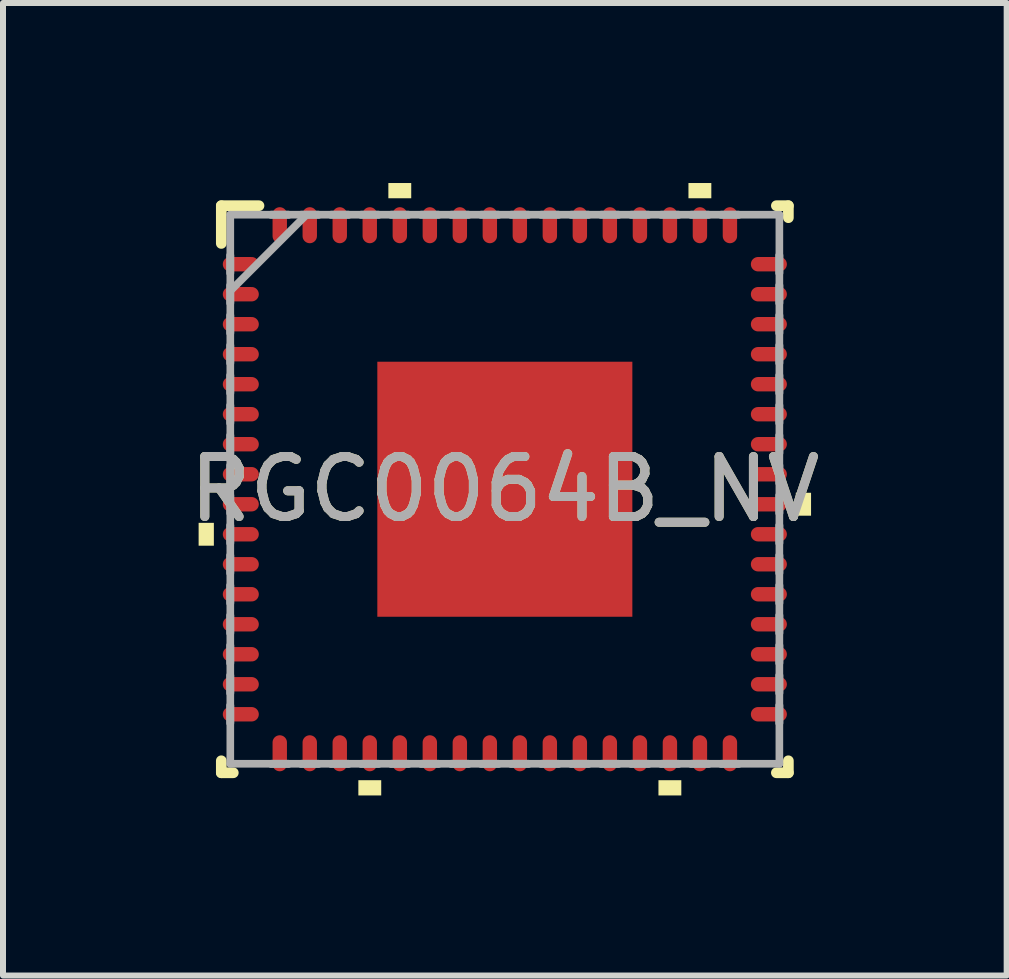
<source format=kicad_pcb>
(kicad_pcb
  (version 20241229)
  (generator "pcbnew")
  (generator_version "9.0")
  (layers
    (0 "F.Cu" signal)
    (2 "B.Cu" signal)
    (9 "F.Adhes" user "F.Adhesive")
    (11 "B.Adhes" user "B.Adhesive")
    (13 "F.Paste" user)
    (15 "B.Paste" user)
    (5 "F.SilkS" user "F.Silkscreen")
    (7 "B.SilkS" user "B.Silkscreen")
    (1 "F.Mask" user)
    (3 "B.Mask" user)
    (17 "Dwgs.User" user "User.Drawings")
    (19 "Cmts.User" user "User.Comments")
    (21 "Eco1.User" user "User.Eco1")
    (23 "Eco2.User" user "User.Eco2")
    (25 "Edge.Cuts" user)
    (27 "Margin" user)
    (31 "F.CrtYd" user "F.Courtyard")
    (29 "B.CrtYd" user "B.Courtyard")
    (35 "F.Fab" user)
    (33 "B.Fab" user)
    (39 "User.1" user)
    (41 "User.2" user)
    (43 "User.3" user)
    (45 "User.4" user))
  (footprint "RGC0064B_NV"
    (layer "F.Cu")
    (at 5.363 5.103)
    (property "Reference" "RGC0064B_NV" (at 0 0 0) (unlocked yes) (layer "F.SilkS") (effects (font (size 1 1) (thickness 0.15))))
    (attr smd)
    (fp_line (start -4.725 -4.725) (end -4.097 -4.725) (stroke (width 0.178) (type solid)) (layer "F.SilkS"))
    (fp_line (start -4.725 -4.096) (end -4.725 -4.725) (stroke (width 0.178) (type solid)) (layer "F.SilkS"))
    (fp_line (start -4.725 4.725) (end -4.725 4.525) (stroke (width 0.178) (type solid)) (layer "F.SilkS"))
    (fp_line (start -4.725 4.725) (end -4.525 4.725) (stroke (width 0.178) (type solid)) (layer "F.SilkS"))
    (fp_line (start 4.525 -4.725) (end 4.725 -4.725) (stroke (width 0.178) (type solid)) (layer "F.SilkS"))
    (fp_line (start 4.525 4.725) (end 4.725 4.725) (stroke (width 0.178) (type solid)) (layer "F.SilkS"))
    (fp_line (start 4.725 -4.525) (end 4.725 -4.725) (stroke (width 0.178) (type solid)) (layer "F.SilkS"))
    (fp_line (start 4.725 4.725) (end 4.725 4.525) (stroke (width 0.178) (type solid)) (layer "F.SilkS"))
    (fp_poly (pts (xy -4.849 0.56) (xy -5.103 0.56) (xy -5.103 0.941) (xy -4.849 0.941)) (stroke (width 0) (type solid)) (fill yes) (layer "F.SilkS"))
    (fp_poly (pts (xy -2.06 4.849) (xy -2.441 4.849) (xy -2.441 5.103) (xy -2.06 5.103)) (stroke (width 0) (type solid)) (fill yes) (layer "F.SilkS"))
    (fp_poly (pts (xy -1.56 -4.849) (xy -1.941 -4.849) (xy -1.941 -5.103) (xy -1.56 -5.103)) (stroke (width 0) (type solid)) (fill yes) (layer "F.SilkS"))
    (fp_poly (pts (xy 2.941 4.849) (xy 2.56 4.849) (xy 2.56 5.103) (xy 2.941 5.103)) (stroke (width 0) (type solid)) (fill yes) (layer "F.SilkS"))
    (fp_poly (pts (xy 3.441 -4.849) (xy 3.06 -4.849) (xy 3.06 -5.103) (xy 3.441 -5.103)) (stroke (width 0) (type solid)) (fill yes) (layer "F.SilkS"))
    (fp_poly (pts (xy 4.849 0.059) (xy 5.103 0.059) (xy 5.103 0.441) (xy 4.849 0.441)) (stroke (width 0) (type solid)) (fill yes) (layer "F.SilkS"))
    (fp_poly (pts (xy -0.1 -1.888) (xy -1.888 -1.888) (xy -1.888 -0.1) (xy -0.1 -0.1)) (stroke (width 0) (type solid)) (fill yes) (layer "F.Paste"))
    (fp_poly (pts (xy -0.1 0.1) (xy -1.888 0.1) (xy -1.888 1.888) (xy -0.1 1.888)) (stroke (width 0) (type solid)) (fill yes) (layer "F.Paste"))
    (fp_poly (pts (xy 0.1 -0.1) (xy 1.888 -0.1) (xy 1.888 -1.888) (xy 0.1 -1.888)) (stroke (width 0) (type solid)) (fill yes) (layer "F.Paste"))
    (fp_poly (pts (xy 0.1 1.888) (xy 1.888 1.888) (xy 1.888 0.1) (xy 0.1 0.1)) (stroke (width 0) (type solid)) (fill yes) (layer "F.Paste"))
    (fp_line (start -4.575 -4.575) (end 4.575 -4.575) (stroke (width 0.127) (type solid)) (layer "F.Fab"))
    (fp_line (start -4.575 -3.6) (end -4.575 -3.9) (stroke (width 0.127) (type solid)) (layer "F.Fab"))
    (fp_line (start -4.575 -3.6) (end -4.575 -3.9) (stroke (width 0.127) (type solid)) (layer "F.Fab"))
    (fp_line (start -4.575 -3.305) (end -3.305 -4.575) (stroke (width 0.127) (type solid)) (layer "F.Fab"))
    (fp_line (start -4.575 -3.1) (end -4.575 -3.4) (stroke (width 0.127) (type solid)) (layer "F.Fab"))
    (fp_line (start -4.575 -3.1) (end -4.575 -3.4) (stroke (width 0.127) (type solid)) (layer "F.Fab"))
    (fp_line (start -4.575 -2.6) (end -4.575 -2.9) (stroke (width 0.127) (type solid)) (layer "F.Fab"))
    (fp_line (start -4.575 -2.6) (end -4.575 -2.9) (stroke (width 0.127) (type solid)) (layer "F.Fab"))
    (fp_line (start -4.575 -2.1) (end -4.575 -2.4) (stroke (width 0.127) (type solid)) (layer "F.Fab"))
    (fp_line (start -4.575 -2.1) (end -4.575 -2.4) (stroke (width 0.127) (type solid)) (layer "F.Fab"))
    (fp_line (start -4.575 -1.6) (end -4.575 -1.9) (stroke (width 0.127) (type solid)) (layer "F.Fab"))
    (fp_line (start -4.575 -1.6) (end -4.575 -1.9) (stroke (width 0.127) (type solid)) (layer "F.Fab"))
    (fp_line (start -4.575 -1.1) (end -4.575 -1.4) (stroke (width 0.127) (type solid)) (layer "F.Fab"))
    (fp_line (start -4.575 -1.1) (end -4.575 -1.4) (stroke (width 0.127) (type solid)) (layer "F.Fab"))
    (fp_line (start -4.575 -0.6) (end -4.575 -0.9) (stroke (width 0.127) (type solid)) (layer "F.Fab"))
    (fp_line (start -4.575 -0.6) (end -4.575 -0.9) (stroke (width 0.127) (type solid)) (layer "F.Fab"))
    (fp_line (start -4.575 -0.1) (end -4.575 -0.4) (stroke (width 0.127) (type solid)) (layer "F.Fab"))
    (fp_line (start -4.575 -0.1) (end -4.575 -0.4) (stroke (width 0.127) (type solid)) (layer "F.Fab"))
    (fp_line (start -4.575 0.4) (end -4.575 0.1) (stroke (width 0.127) (type solid)) (layer "F.Fab"))
    (fp_line (start -4.575 0.4) (end -4.575 0.1) (stroke (width 0.127) (type solid)) (layer "F.Fab"))
    (fp_line (start -4.575 0.9) (end -4.575 0.6) (stroke (width 0.127) (type solid)) (layer "F.Fab"))
    (fp_line (start -4.575 0.9) (end -4.575 0.6) (stroke (width 0.127) (type solid)) (layer "F.Fab"))
    (fp_line (start -4.575 1.4) (end -4.575 1.1) (stroke (width 0.127) (type solid)) (layer "F.Fab"))
    (fp_line (start -4.575 1.4) (end -4.575 1.1) (stroke (width 0.127) (type solid)) (layer "F.Fab"))
    (fp_line (start -4.575 1.9) (end -4.575 1.6) (stroke (width 0.127) (type solid)) (layer "F.Fab"))
    (fp_line (start -4.575 1.9) (end -4.575 1.6) (stroke (width 0.127) (type solid)) (layer "F.Fab"))
    (fp_line (start -4.575 2.4) (end -4.575 2.1) (stroke (width 0.127) (type solid)) (layer "F.Fab"))
    (fp_line (start -4.575 2.4) (end -4.575 2.1) (stroke (width 0.127) (type solid)) (layer "F.Fab"))
    (fp_line (start -4.575 2.9) (end -4.575 2.6) (stroke (width 0.127) (type solid)) (layer "F.Fab"))
    (fp_line (start -4.575 2.9) (end -4.575 2.6) (stroke (width 0.127) (type solid)) (layer "F.Fab"))
    (fp_line (start -4.575 3.4) (end -4.575 3.1) (stroke (width 0.127) (type solid)) (layer "F.Fab"))
    (fp_line (start -4.575 3.4) (end -4.575 3.1) (stroke (width 0.127) (type solid)) (layer "F.Fab"))
    (fp_line (start -4.575 3.9) (end -4.575 3.6) (stroke (width 0.127) (type solid)) (layer "F.Fab"))
    (fp_line (start -4.575 3.9) (end -4.575 3.6) (stroke (width 0.127) (type solid)) (layer "F.Fab"))
    (fp_line (start -4.575 4.575) (end -4.575 -4.575) (stroke (width 0.127) (type solid)) (layer "F.Fab"))
    (fp_line (start -4.575 4.575) (end 4.575 4.575) (stroke (width 0.127) (type solid)) (layer "F.Fab"))
    (fp_line (start -3.9 -4.575) (end -3.6 -4.575) (stroke (width 0.127) (type solid)) (layer "F.Fab"))
    (fp_line (start -3.9 -4.575) (end -3.6 -4.575) (stroke (width 0.127) (type solid)) (layer "F.Fab"))
    (fp_line (start -3.9 4.575) (end -3.6 4.575) (stroke (width 0.127) (type solid)) (layer "F.Fab"))
    (fp_line (start -3.9 4.575) (end -3.6 4.575) (stroke (width 0.127) (type solid)) (layer "F.Fab"))
    (fp_line (start -3.4 -4.575) (end -3.1 -4.575) (stroke (width 0.127) (type solid)) (layer "F.Fab"))
    (fp_line (start -3.4 -4.575) (end -3.1 -4.575) (stroke (width 0.127) (type solid)) (layer "F.Fab"))
    (fp_line (start -3.4 4.575) (end -3.1 4.575) (stroke (width 0.127) (type solid)) (layer "F.Fab"))
    (fp_line (start -3.4 4.575) (end -3.1 4.575) (stroke (width 0.127) (type solid)) (layer "F.Fab"))
    (fp_line (start -2.9 -4.575) (end -2.6 -4.575) (stroke (width 0.127) (type solid)) (layer "F.Fab"))
    (fp_line (start -2.9 -4.575) (end -2.6 -4.575) (stroke (width 0.127) (type solid)) (layer "F.Fab"))
    (fp_line (start -2.9 4.575) (end -2.6 4.575) (stroke (width 0.127) (type solid)) (layer "F.Fab"))
    (fp_line (start -2.9 4.575) (end -2.6 4.575) (stroke (width 0.127) (type solid)) (layer "F.Fab"))
    (fp_line (start -2.4 -4.575) (end -2.1 -4.575) (stroke (width 0.127) (type solid)) (layer "F.Fab"))
    (fp_line (start -2.4 -4.575) (end -2.1 -4.575) (stroke (width 0.127) (type solid)) (layer "F.Fab"))
    (fp_line (start -2.4 4.575) (end -2.1 4.575) (stroke (width 0.127) (type solid)) (layer "F.Fab"))
    (fp_line (start -2.4 4.575) (end -2.1 4.575) (stroke (width 0.127) (type solid)) (layer "F.Fab"))
    (fp_line (start -1.9 4.575) (end -1.6 4.575) (stroke (width 0.127) (type solid)) (layer "F.Fab"))
    (fp_line (start -1.9 4.575) (end -1.6 4.575) (stroke (width 0.127) (type solid)) (layer "F.Fab"))
    (fp_line (start -1.9 -4.575) (end -1.6 -4.575) (stroke (width 0.127) (type solid)) (layer "F.Fab"))
    (fp_line (start -1.9 -4.575) (end -1.6 -4.575) (stroke (width 0.127) (type solid)) (layer "F.Fab"))
    (fp_line (start -1.4 -4.575) (end -1.1 -4.575) (stroke (width 0.127) (type solid)) (layer "F.Fab"))
    (fp_line (start -1.4 -4.575) (end -1.1 -4.575) (stroke (width 0.127) (type solid)) (layer "F.Fab"))
    (fp_line (start -1.4 4.575) (end -1.1 4.575) (stroke (width 0.127) (type solid)) (layer "F.Fab"))
    (fp_line (start -1.4 4.575) (end -1.1 4.575) (stroke (width 0.127) (type solid)) (layer "F.Fab"))
    (fp_line (start -0.9 -4.575) (end -0.6 -4.575) (stroke (width 0.127) (type solid)) (layer "F.Fab"))
    (fp_line (start -0.9 -4.575) (end -0.6 -4.575) (stroke (width 0.127) (type solid)) (layer "F.Fab"))
    (fp_line (start -0.9 4.575) (end -0.6 4.575) (stroke (width 0.127) (type solid)) (layer "F.Fab"))
    (fp_line (start -0.9 4.575) (end -0.6 4.575) (stroke (width 0.127) (type solid)) (layer "F.Fab"))
    (fp_line (start -0.4 -4.575) (end -0.1 -4.575) (stroke (width 0.127) (type solid)) (layer "F.Fab"))
    (fp_line (start -0.4 -4.575) (end -0.1 -4.575) (stroke (width 0.127) (type solid)) (layer "F.Fab"))
    (fp_line (start -0.4 4.575) (end -0.1 4.575) (stroke (width 0.127) (type solid)) (layer "F.Fab"))
    (fp_line (start -0.4 4.575) (end -0.1 4.575) (stroke (width 0.127) (type solid)) (layer "F.Fab"))
    (fp_line (start 0.1 -4.575) (end 0.4 -4.575) (stroke (width 0.127) (type solid)) (layer "F.Fab"))
    (fp_line (start 0.1 -4.575) (end 0.4 -4.575) (stroke (width 0.127) (type solid)) (layer "F.Fab"))
    (fp_line (start 0.1 4.575) (end 0.4 4.575) (stroke (width 0.127) (type solid)) (layer "F.Fab"))
    (fp_line (start 0.1 4.575) (end 0.4 4.575) (stroke (width 0.127) (type solid)) (layer "F.Fab"))
    (fp_line (start 0.6 4.575) (end 0.9 4.575) (stroke (width 0.127) (type solid)) (layer "F.Fab"))
    (fp_line (start 0.6 4.575) (end 0.9 4.575) (stroke (width 0.127) (type solid)) (layer "F.Fab"))
    (fp_line (start 0.6 -4.575) (end 0.9 -4.575) (stroke (width 0.127) (type solid)) (layer "F.Fab"))
    (fp_line (start 0.6 -4.575) (end 0.9 -4.575) (stroke (width 0.127) (type solid)) (layer "F.Fab"))
    (fp_line (start 1.1 -4.575) (end 1.4 -4.575) (stroke (width 0.127) (type solid)) (layer "F.Fab"))
    (fp_line (start 1.1 -4.575) (end 1.4 -4.575) (stroke (width 0.127) (type solid)) (layer "F.Fab"))
    (fp_line (start 1.1 4.575) (end 1.4 4.575) (stroke (width 0.127) (type solid)) (layer "F.Fab"))
    (fp_line (start 1.1 4.575) (end 1.4 4.575) (stroke (width 0.127) (type solid)) (layer "F.Fab"))
    (fp_line (start 1.6 -4.575) (end 1.9 -4.575) (stroke (width 0.127) (type solid)) (layer "F.Fab"))
    (fp_line (start 1.6 -4.575) (end 1.9 -4.575) (stroke (width 0.127) (type solid)) (layer "F.Fab"))
    (fp_line (start 1.6 4.575) (end 1.9 4.575) (stroke (width 0.127) (type solid)) (layer "F.Fab"))
    (fp_line (start 1.6 4.575) (end 1.9 4.575) (stroke (width 0.127) (type solid)) (layer "F.Fab"))
    (fp_line (start 2.1 -4.575) (end 2.4 -4.575) (stroke (width 0.127) (type solid)) (layer "F.Fab"))
    (fp_line (start 2.1 -4.575) (end 2.4 -4.575) (stroke (width 0.127) (type solid)) (layer "F.Fab"))
    (fp_line (start 2.1 4.575) (end 2.4 4.575) (stroke (width 0.127) (type solid)) (layer "F.Fab"))
    (fp_line (start 2.1 4.575) (end 2.4 4.575) (stroke (width 0.127) (type solid)) (layer "F.Fab"))
    (fp_line (start 2.6 -4.575) (end 2.9 -4.575) (stroke (width 0.127) (type solid)) (layer "F.Fab"))
    (fp_line (start 2.6 -4.575) (end 2.9 -4.575) (stroke (width 0.127) (type solid)) (layer "F.Fab"))
    (fp_line (start 2.6 4.575) (end 2.9 4.575) (stroke (width 0.127) (type solid)) (layer "F.Fab"))
    (fp_line (start 2.6 4.575) (end 2.9 4.575) (stroke (width 0.127) (type solid)) (layer "F.Fab"))
    (fp_line (start 3.1 4.575) (end 3.4 4.575) (stroke (width 0.127) (type solid)) (layer "F.Fab"))
    (fp_line (start 3.1 4.575) (end 3.4 4.575) (stroke (width 0.127) (type solid)) (layer "F.Fab"))
    (fp_line (start 3.1 -4.575) (end 3.4 -4.575) (stroke (width 0.127) (type solid)) (layer "F.Fab"))
    (fp_line (start 3.1 -4.575) (end 3.4 -4.575) (stroke (width 0.127) (type solid)) (layer "F.Fab"))
    (fp_line (start 3.6 -4.575) (end 3.9 -4.575) (stroke (width 0.127) (type solid)) (layer "F.Fab"))
    (fp_line (start 3.6 -4.575) (end 3.9 -4.575) (stroke (width 0.127) (type solid)) (layer "F.Fab"))
    (fp_line (start 3.6 4.575) (end 3.9 4.575) (stroke (width 0.127) (type solid)) (layer "F.Fab"))
    (fp_line (start 3.6 4.575) (end 3.9 4.575) (stroke (width 0.127) (type solid)) (layer "F.Fab"))
    (fp_line (start 4.575 -3.6) (end 4.575 -3.9) (stroke (width 0.127) (type solid)) (layer "F.Fab"))
    (fp_line (start 4.575 -3.6) (end 4.575 -3.9) (stroke (width 0.127) (type solid)) (layer "F.Fab"))
    (fp_line (start 4.575 -3.1) (end 4.575 -3.4) (stroke (width 0.127) (type solid)) (layer "F.Fab"))
    (fp_line (start 4.575 -3.1) (end 4.575 -3.4) (stroke (width 0.127) (type solid)) (layer "F.Fab"))
    (fp_line (start 4.575 -2.6) (end 4.575 -2.9) (stroke (width 0.127) (type solid)) (layer "F.Fab"))
    (fp_line (start 4.575 -2.6) (end 4.575 -2.9) (stroke (width 0.127) (type solid)) (layer "F.Fab"))
    (fp_line (start 4.575 -2.1) (end 4.575 -2.4) (stroke (width 0.127) (type solid)) (layer "F.Fab"))
    (fp_line (start 4.575 -2.1) (end 4.575 -2.4) (stroke (width 0.127) (type solid)) (layer "F.Fab"))
    (fp_line (start 4.575 -1.6) (end 4.575 -1.9) (stroke (width 0.127) (type solid)) (layer "F.Fab"))
    (fp_line (start 4.575 -1.6) (end 4.575 -1.9) (stroke (width 0.127) (type solid)) (layer "F.Fab"))
    (fp_line (start 4.575 -1.1) (end 4.575 -1.4) (stroke (width 0.127) (type solid)) (layer "F.Fab"))
    (fp_line (start 4.575 -1.1) (end 4.575 -1.4) (stroke (width 0.127) (type solid)) (layer "F.Fab"))
    (fp_line (start 4.575 -0.6) (end 4.575 -0.9) (stroke (width 0.127) (type solid)) (layer "F.Fab"))
    (fp_line (start 4.575 -0.6) (end 4.575 -0.9) (stroke (width 0.127) (type solid)) (layer "F.Fab"))
    (fp_line (start 4.575 -0.1) (end 4.575 -0.4) (stroke (width 0.127) (type solid)) (layer "F.Fab"))
    (fp_line (start 4.575 -0.1) (end 4.575 -0.4) (stroke (width 0.127) (type solid)) (layer "F.Fab"))
    (fp_line (start 4.575 0.4) (end 4.575 0.1) (stroke (width 0.127) (type solid)) (layer "F.Fab"))
    (fp_line (start 4.575 0.4) (end 4.575 0.1) (stroke (width 0.127) (type solid)) (layer "F.Fab"))
    (fp_line (start 4.575 0.9) (end 4.575 0.6) (stroke (width 0.127) (type solid)) (layer "F.Fab"))
    (fp_line (start 4.575 0.9) (end 4.575 0.6) (stroke (width 0.127) (type solid)) (layer "F.Fab"))
    (fp_line (start 4.575 1.4) (end 4.575 1.1) (stroke (width 0.127) (type solid)) (layer "F.Fab"))
    (fp_line (start 4.575 1.4) (end 4.575 1.1) (stroke (width 0.127) (type solid)) (layer "F.Fab"))
    (fp_line (start 4.575 1.9) (end 4.575 1.6) (stroke (width 0.127) (type solid)) (layer "F.Fab"))
    (fp_line (start 4.575 1.9) (end 4.575 1.6) (stroke (width 0.127) (type solid)) (layer "F.Fab"))
    (fp_line (start 4.575 2.4) (end 4.575 2.1) (stroke (width 0.127) (type solid)) (layer "F.Fab"))
    (fp_line (start 4.575 2.4) (end 4.575 2.1) (stroke (width 0.127) (type solid)) (layer "F.Fab"))
    (fp_line (start 4.575 2.9) (end 4.575 2.6) (stroke (width 0.127) (type solid)) (layer "F.Fab"))
    (fp_line (start 4.575 2.9) (end 4.575 2.6) (stroke (width 0.127) (type solid)) (layer "F.Fab"))
    (fp_line (start 4.575 3.4) (end 4.575 3.1) (stroke (width 0.127) (type solid)) (layer "F.Fab"))
    (fp_line (start 4.575 3.4) (end 4.575 3.1) (stroke (width 0.127) (type solid)) (layer "F.Fab"))
    (fp_line (start 4.575 3.9) (end 4.575 3.6) (stroke (width 0.127) (type solid)) (layer "F.Fab"))
    (fp_line (start 4.575 3.9) (end 4.575 3.6) (stroke (width 0.127) (type solid)) (layer "F.Fab"))
    (fp_line (start 4.575 4.575) (end 4.575 -4.575) (stroke (width 0.127) (type solid)) (layer "F.Fab"))
    (fp_text user "${REFERENCE}" (at 0 0 0) (unlocked yes) (layer "F.Fab") (effects (font (size 1 1) (thickness 0.15))))
    (pad "1" smd oval (at -4.4 -3.75 90) (size 0.24 0.6) (layers "F.Cu" "F.Mask" "F.Paste"))
    (pad "2" smd oval (at -4.4 -3.25 90) (size 0.24 0.6) (layers "F.Cu" "F.Mask" "F.Paste"))
    (pad "3" smd oval (at -4.4 -2.75 90) (size 0.24 0.6) (layers "F.Cu" "F.Mask" "F.Paste"))
    (pad "4" smd oval (at -4.4 -2.25 90) (size 0.24 0.6) (layers "F.Cu" "F.Mask" "F.Paste"))
    (pad "5" smd oval (at -4.4 -1.75 90) (size 0.24 0.6) (layers "F.Cu" "F.Mask" "F.Paste"))
    (pad "6" smd oval (at -4.4 -1.25 90) (size 0.24 0.6) (layers "F.Cu" "F.Mask" "F.Paste"))
    (pad "7" smd oval (at -4.4 -0.75 90) (size 0.24 0.6) (layers "F.Cu" "F.Mask" "F.Paste"))
    (pad "8" smd oval (at -4.4 -0.25 90) (size 0.24 0.6) (layers "F.Cu" "F.Mask" "F.Paste"))
    (pad "9" smd oval (at -4.4 0.25 90) (size 0.24 0.6) (layers "F.Cu" "F.Mask" "F.Paste"))
    (pad "10" smd oval (at -4.4 0.75 90) (size 0.24 0.6) (layers "F.Cu" "F.Mask" "F.Paste"))
    (pad "11" smd oval (at -4.4 1.25 90) (size 0.24 0.6) (layers "F.Cu" "F.Mask" "F.Paste"))
    (pad "12" smd oval (at -4.4 1.75 90) (size 0.24 0.6) (layers "F.Cu" "F.Mask" "F.Paste"))
    (pad "13" smd oval (at -4.4 2.25 90) (size 0.24 0.6) (layers "F.Cu" "F.Mask" "F.Paste"))
    (pad "14" smd oval (at -4.4 2.75 90) (size 0.24 0.6) (layers "F.Cu" "F.Mask" "F.Paste"))
    (pad "15" smd oval (at -4.4 3.25 90) (size 0.24 0.6) (layers "F.Cu" "F.Mask" "F.Paste"))
    (pad "16" smd oval (at -4.4 3.75 90) (size 0.24 0.6) (layers "F.Cu" "F.Mask" "F.Paste"))
    (pad "17" smd oval (at -3.751 4.4) (size 0.24 0.6) (layers "F.Cu" "F.Mask" "F.Paste"))
    (pad "18" smd oval (at -3.251 4.4) (size 0.24 0.6) (layers "F.Cu" "F.Mask" "F.Paste"))
    (pad "19" smd oval (at -2.751 4.4) (size 0.24 0.6) (layers "F.Cu" "F.Mask" "F.Paste"))
    (pad "20" smd oval (at -2.251 4.4) (size 0.24 0.6) (layers "F.Cu" "F.Mask" "F.Paste"))
    (pad "21" smd oval (at -1.75 4.4) (size 0.24 0.6) (layers "F.Cu" "F.Mask" "F.Paste"))
    (pad "22" smd oval (at -1.25 4.4) (size 0.24 0.6) (layers "F.Cu" "F.Mask" "F.Paste"))
    (pad "23" smd oval (at -0.75 4.4) (size 0.24 0.6) (layers "F.Cu" "F.Mask" "F.Paste"))
    (pad "24" smd oval (at -0.25 4.4) (size 0.24 0.6) (layers "F.Cu" "F.Mask" "F.Paste"))
    (pad "25" smd oval (at 0.25 4.4) (size 0.24 0.6) (layers "F.Cu" "F.Mask" "F.Paste"))
    (pad "26" smd oval (at 0.75 4.4) (size 0.24 0.6) (layers "F.Cu" "F.Mask" "F.Paste"))
    (pad "27" smd oval (at 1.25 4.4) (size 0.24 0.6) (layers "F.Cu" "F.Mask" "F.Paste"))
    (pad "28" smd oval (at 1.75 4.4) (size 0.24 0.6) (layers "F.Cu" "F.Mask" "F.Paste"))
    (pad "29" smd oval (at 2.251 4.4) (size 0.24 0.6) (layers "F.Cu" "F.Mask" "F.Paste"))
    (pad "30" smd oval (at 2.751 4.4) (size 0.24 0.6) (layers "F.Cu" "F.Mask" "F.Paste"))
    (pad "31" smd oval (at 3.251 4.4) (size 0.24 0.6) (layers "F.Cu" "F.Mask" "F.Paste"))
    (pad "32" smd oval (at 3.751 4.4) (size 0.24 0.6) (layers "F.Cu" "F.Mask" "F.Paste"))
    (pad "33" smd oval (at 4.4 3.75 90) (size 0.24 0.6) (layers "F.Cu" "F.Mask" "F.Paste"))
    (pad "34" smd oval (at 4.4 3.25 90) (size 0.24 0.6) (layers "F.Cu" "F.Mask" "F.Paste"))
    (pad "35" smd oval (at 4.4 2.75 90) (size 0.24 0.6) (layers "F.Cu" "F.Mask" "F.Paste"))
    (pad "36" smd oval (at 4.4 2.25 90) (size 0.24 0.6) (layers "F.Cu" "F.Mask" "F.Paste"))
    (pad "37" smd oval (at 4.4 1.75 90) (size 0.24 0.6) (layers "F.Cu" "F.Mask" "F.Paste"))
    (pad "38" smd oval (at 4.4 1.25 90) (size 0.24 0.6) (layers "F.Cu" "F.Mask" "F.Paste"))
    (pad "39" smd oval (at 4.4 0.75 90) (size 0.24 0.6) (layers "F.Cu" "F.Mask" "F.Paste"))
    (pad "40" smd oval (at 4.4 0.25 90) (size 0.24 0.6) (layers "F.Cu" "F.Mask" "F.Paste"))
    (pad "41" smd oval (at 4.4 -0.25 90) (size 0.24 0.6) (layers "F.Cu" "F.Mask" "F.Paste"))
    (pad "42" smd oval (at 4.4 -0.75 90) (size 0.24 0.6) (layers "F.Cu" "F.Mask" "F.Paste"))
    (pad "43" smd oval (at 4.4 -1.25 90) (size 0.24 0.6) (layers "F.Cu" "F.Mask" "F.Paste"))
    (pad "44" smd oval (at 4.4 -1.75 90) (size 0.24 0.6) (layers "F.Cu" "F.Mask" "F.Paste"))
    (pad "45" smd oval (at 4.4 -2.25 90) (size 0.24 0.6) (layers "F.Cu" "F.Mask" "F.Paste"))
    (pad "46" smd oval (at 4.4 -2.75 90) (size 0.24 0.6) (layers "F.Cu" "F.Mask" "F.Paste"))
    (pad "47" smd oval (at 4.4 -3.25 90) (size 0.24 0.6) (layers "F.Cu" "F.Mask" "F.Paste"))
    (pad "48" smd oval (at 4.4 -3.75 90) (size 0.24 0.6) (layers "F.Cu" "F.Mask" "F.Paste"))
    (pad "49" smd oval (at 3.751 -4.4) (size 0.24 0.6) (layers "F.Cu" "F.Mask" "F.Paste"))
    (pad "50" smd oval (at 3.251 -4.4) (size 0.24 0.6) (layers "F.Cu" "F.Mask" "F.Paste"))
    (pad "51" smd oval (at 2.751 -4.4) (size 0.24 0.6) (layers "F.Cu" "F.Mask" "F.Paste"))
    (pad "52" smd oval (at 2.251 -4.4) (size 0.24 0.6) (layers "F.Cu" "F.Mask" "F.Paste"))
    (pad "53" smd oval (at 1.75 -4.4) (size 0.24 0.6) (layers "F.Cu" "F.Mask" "F.Paste"))
    (pad "54" smd oval (at 1.25 -4.4) (size 0.24 0.6) (layers "F.Cu" "F.Mask" "F.Paste"))
    (pad "55" smd oval (at 0.75 -4.4) (size 0.24 0.6) (layers "F.Cu" "F.Mask" "F.Paste"))
    (pad "56" smd oval (at 0.25 -4.4) (size 0.24 0.6) (layers "F.Cu" "F.Mask" "F.Paste"))
    (pad "57" smd oval (at -0.25 -4.4) (size 0.24 0.6) (layers "F.Cu" "F.Mask" "F.Paste"))
    (pad "58" smd oval (at -0.75 -4.4) (size 0.24 0.6) (layers "F.Cu" "F.Mask" "F.Paste"))
    (pad "59" smd oval (at -1.25 -4.4) (size 0.24 0.6) (layers "F.Cu" "F.Mask" "F.Paste"))
    (pad "60" smd oval (at -1.75 -4.4) (size 0.24 0.6) (layers "F.Cu" "F.Mask" "F.Paste"))
    (pad "61" smd oval (at -2.251 -4.4) (size 0.24 0.6) (layers "F.Cu" "F.Mask" "F.Paste"))
    (pad "62" smd oval (at -2.751 -4.4) (size 0.24 0.6) (layers "F.Cu" "F.Mask" "F.Paste"))
    (pad "63" smd oval (at -3.251 -4.4) (size 0.24 0.6) (layers "F.Cu" "F.Mask" "F.Paste"))
    (pad "64" smd oval (at -3.751 -4.4) (size 0.24 0.6) (layers "F.Cu" "F.Mask" "F.Paste"))
    (pad "65" smd rect (at 0 0) (size 4.25 4.25) (layers "F.Cu" "F.Mask")))
  (gr_rect
    (start -3 -3)
    (end 13.726 13.207)
    (stroke (width 0.1) (type default))
    (fill no)
    (layer "Edge.Cuts")))
</source>
